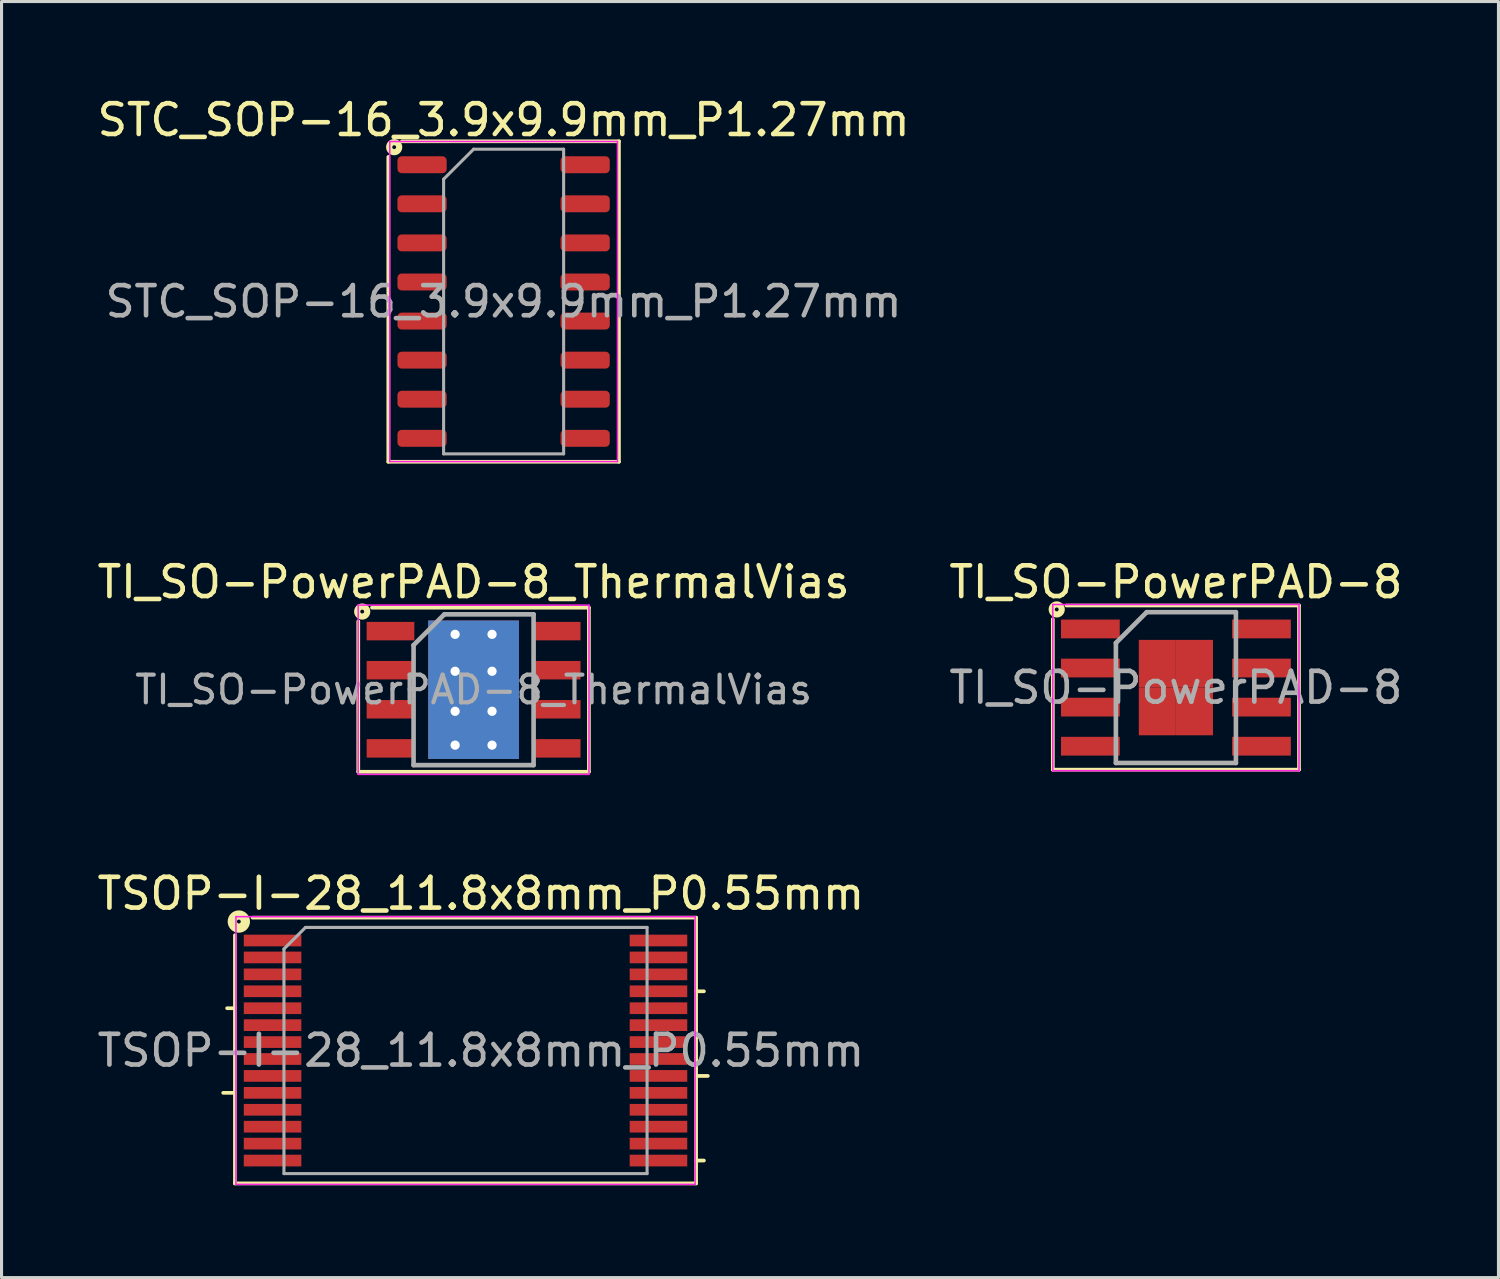
<source format=kicad_pcb>
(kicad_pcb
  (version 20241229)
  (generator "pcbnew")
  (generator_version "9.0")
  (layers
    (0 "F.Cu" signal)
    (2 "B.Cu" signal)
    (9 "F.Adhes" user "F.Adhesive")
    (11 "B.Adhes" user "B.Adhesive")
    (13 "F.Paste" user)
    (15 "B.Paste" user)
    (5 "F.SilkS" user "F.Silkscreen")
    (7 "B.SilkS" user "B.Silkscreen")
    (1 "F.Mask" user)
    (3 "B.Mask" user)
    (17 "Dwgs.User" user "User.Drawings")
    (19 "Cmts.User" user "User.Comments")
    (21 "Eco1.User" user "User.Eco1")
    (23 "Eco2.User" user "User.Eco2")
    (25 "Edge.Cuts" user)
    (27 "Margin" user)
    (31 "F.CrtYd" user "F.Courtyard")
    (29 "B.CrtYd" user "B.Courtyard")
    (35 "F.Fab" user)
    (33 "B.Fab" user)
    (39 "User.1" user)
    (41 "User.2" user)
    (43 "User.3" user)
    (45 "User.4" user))
  (footprint "STC_SOP-16_3.9x9.9mm_P1.27mm"
    (layer "F.Cu")
    (at 13.315 6.748)
    (property "Reference" "STC_SOP-16_3.9x9.9mm_P1.27mm" (at 0 -5.9 0) (layer "F.SilkS") (effects (font (size 1 1) (thickness 0.15))))
    (attr smd)
    (fp_line (start -3.747 -4.699) (end -3.747 5.207) (stroke (width 0.12) (type solid)) (layer "F.SilkS"))
    (fp_line (start -3.747 5.207) (end 3.747 5.207) (stroke (width 0.12) (type solid)) (layer "F.SilkS"))
    (fp_line (start 3.747 -5.207) (end -3.302 -5.207) (stroke (width 0.12) (type solid)) (layer "F.SilkS"))
    (fp_line (start 3.747 5.207) (end 3.747 -5.207) (stroke (width 0.12) (type solid)) (layer "F.SilkS"))
    (fp_circle (center -3.556 -5.016) (end -3.493 -5.016) (stroke (width 0.2) (type solid)) (fill no) (layer "F.SilkS"))
    (fp_line (start -3.7 -5.2) (end -3.7 5.2) (stroke (width 0.05) (type solid)) (layer "F.CrtYd"))
    (fp_line (start -3.7 5.2) (end 3.7 5.2) (stroke (width 0.05) (type solid)) (layer "F.CrtYd"))
    (fp_line (start 3.7 -5.2) (end -3.7 -5.2) (stroke (width 0.05) (type solid)) (layer "F.CrtYd"))
    (fp_line (start 3.7 5.2) (end 3.7 -5.2) (stroke (width 0.05) (type solid)) (layer "F.CrtYd"))
    (fp_line (start -1.95 -3.975) (end -0.975 -4.95) (stroke (width 0.1) (type solid)) (layer "F.Fab"))
    (fp_line (start -1.95 4.95) (end -1.95 -3.975) (stroke (width 0.1) (type solid)) (layer "F.Fab"))
    (fp_line (start -0.975 -4.95) (end 1.95 -4.95) (stroke (width 0.1) (type solid)) (layer "F.Fab"))
    (fp_line (start 1.95 -4.95) (end 1.95 4.95) (stroke (width 0.1) (type solid)) (layer "F.Fab"))
    (fp_line (start 1.95 4.95) (end -1.95 4.95) (stroke (width 0.1) (type solid)) (layer "F.Fab"))
    (fp_text user "${REFERENCE}" (at 0 0 0) (layer "F.Fab") (effects (font (size 0.98 0.98) (thickness 0.15))))
    (pad "1" smd roundrect (at -2.65 -4.445) (size 1.6 0.55) (layers "F.Cu" "F.Mask" "F.Paste") (roundrect_rratio 0.25))
    (pad "2" smd roundrect (at -2.65 -3.175) (size 1.6 0.55) (layers "F.Cu" "F.Mask" "F.Paste") (roundrect_rratio 0.25))
    (pad "3" smd roundrect (at -2.65 -1.905) (size 1.6 0.55) (layers "F.Cu" "F.Mask" "F.Paste") (roundrect_rratio 0.25))
    (pad "4" smd roundrect (at -2.65 -0.635) (size 1.6 0.55) (layers "F.Cu" "F.Mask" "F.Paste") (roundrect_rratio 0.25))
    (pad "5" smd roundrect (at -2.65 0.635) (size 1.6 0.55) (layers "F.Cu" "F.Mask" "F.Paste") (roundrect_rratio 0.25))
    (pad "6" smd roundrect (at -2.65 1.905) (size 1.6 0.55) (layers "F.Cu" "F.Mask" "F.Paste") (roundrect_rratio 0.25))
    (pad "7" smd roundrect (at -2.65 3.175) (size 1.6 0.55) (layers "F.Cu" "F.Mask" "F.Paste") (roundrect_rratio 0.25))
    (pad "8" smd roundrect (at -2.65 4.445) (size 1.6 0.55) (layers "F.Cu" "F.Mask" "F.Paste") (roundrect_rratio 0.25))
    (pad "9" smd roundrect (at 2.65 4.445) (size 1.6 0.55) (layers "F.Cu" "F.Mask" "F.Paste") (roundrect_rratio 0.25))
    (pad "10" smd roundrect (at 2.65 3.175) (size 1.6 0.55) (layers "F.Cu" "F.Mask" "F.Paste") (roundrect_rratio 0.25))
    (pad "11" smd roundrect (at 2.65 1.905) (size 1.6 0.55) (layers "F.Cu" "F.Mask" "F.Paste") (roundrect_rratio 0.25))
    (pad "12" smd roundrect (at 2.65 0.635) (size 1.6 0.55) (layers "F.Cu" "F.Mask" "F.Paste") (roundrect_rratio 0.25))
    (pad "13" smd roundrect (at 2.65 -0.635) (size 1.6 0.55) (layers "F.Cu" "F.Mask" "F.Paste") (roundrect_rratio 0.25))
    (pad "14" smd roundrect (at 2.65 -1.905) (size 1.6 0.55) (layers "F.Cu" "F.Mask" "F.Paste") (roundrect_rratio 0.25))
    (pad "15" smd roundrect (at 2.65 -3.175) (size 1.6 0.55) (layers "F.Cu" "F.Mask" "F.Paste") (roundrect_rratio 0.25))
    (pad "16" smd roundrect (at 2.65 -4.445) (size 1.6 0.55) (layers "F.Cu" "F.Mask" "F.Paste") (roundrect_rratio 0.25)))
  (footprint "TI_SO-PowerPAD-8"
    (layer "F.Cu")
    (at 35.161 19.293)
    (property "Reference" "TI_SO-PowerPAD-8" (at 0 -3.429 0) (layer "F.SilkS") (effects (font (size 1 1) (thickness 0.15))))
    (attr smd)
    (fp_line (start -4 -2.223) (end -4 2.667) (stroke (width 0.12) (type solid)) (layer "F.SilkS"))
    (fp_line (start -4 2.667) (end 4 2.667) (stroke (width 0.12) (type solid)) (layer "F.SilkS"))
    (fp_line (start 4 -2.667) (end -3.556 -2.667) (stroke (width 0.12) (type solid)) (layer "F.SilkS"))
    (fp_line (start 4 2.667) (end 4 -2.667) (stroke (width 0.12) (type solid)) (layer "F.SilkS"))
    (fp_circle (center -3.873 -2.54) (end -3.81 -2.54) (stroke (width 0.2) (type solid)) (fill no) (layer "F.SilkS"))
    (fp_line (start -4 -2.7) (end -4 2.7) (stroke (width 0.05) (type solid)) (layer "F.CrtYd"))
    (fp_line (start -4 -2.7) (end 4 -2.7) (stroke (width 0.05) (type solid)) (layer "F.CrtYd"))
    (fp_line (start -4 2.7) (end 4 2.7) (stroke (width 0.05) (type solid)) (layer "F.CrtYd"))
    (fp_line (start 4 -2.7) (end 4 2.7) (stroke (width 0.05) (type solid)) (layer "F.CrtYd"))
    (fp_line (start -1.95 -1.45) (end -0.95 -2.45) (stroke (width 0.15) (type solid)) (layer "F.Fab"))
    (fp_line (start -1.95 2.45) (end -1.95 -1.45) (stroke (width 0.15) (type solid)) (layer "F.Fab"))
    (fp_line (start -0.95 -2.45) (end 1.95 -2.45) (stroke (width 0.15) (type solid)) (layer "F.Fab"))
    (fp_line (start 1.95 -2.45) (end 1.95 2.45) (stroke (width 0.15) (type solid)) (layer "F.Fab"))
    (fp_line (start 1.95 2.45) (end -1.95 2.45) (stroke (width 0.15) (type solid)) (layer "F.Fab"))
    (fp_text user "${REFERENCE}" (at 0 0 0) (layer "F.Fab") (effects (font (size 1 1) (thickness 0.15))))
    (pad "1" smd rect (at -2.78 -1.905) (size 1.91 0.61) (layers "F.Cu" "F.Mask" "F.Paste"))
    (pad "2" smd rect (at -2.78 -0.635) (size 1.91 0.61) (layers "F.Cu" "F.Mask" "F.Paste"))
    (pad "3" smd rect (at -2.78 0.635) (size 1.91 0.61) (layers "F.Cu" "F.Mask" "F.Paste"))
    (pad "4" smd rect (at -2.78 1.905) (size 1.91 0.61) (layers "F.Cu" "F.Mask" "F.Paste"))
    (pad "5" smd rect (at 2.78 1.905) (size 1.91 0.61) (layers "F.Cu" "F.Mask" "F.Paste"))
    (pad "6" smd rect (at 2.78 0.635) (size 1.91 0.61) (layers "F.Cu" "F.Mask" "F.Paste"))
    (pad "7" smd rect (at 2.78 -0.635) (size 1.91 0.61) (layers "F.Cu" "F.Mask" "F.Paste"))
    (pad "8" smd rect (at 2.78 -1.905) (size 1.91 0.61) (layers "F.Cu" "F.Mask" "F.Paste"))
    (pad "9" smd rect (at -0.603 -0.775) (size 1.205 1.55) (layers "F.Cu" "F.Mask" "F.Paste"))
    (pad "9" smd rect (at -0.603 0.775) (size 1.205 1.55) (layers "F.Cu" "F.Mask" "F.Paste"))
    (pad "9" smd rect (at 0.603 -0.775) (size 1.205 1.55) (layers "F.Cu" "F.Mask" "F.Paste"))
    (pad "9" smd rect (at 0.603 0.775) (size 1.205 1.55) (layers "F.Cu" "F.Mask" "F.Paste")))
  (footprint "TSOP-I-28_11.8x8mm_P0.55mm"
    (layer "F.Cu")
    (at 12.077 31.087)
    (property "Reference" "TSOP-I-28_11.8x8mm_P0.55mm" (at 0.5 -5.1 0) (layer "F.SilkS") (effects (font (size 1 1) (thickness 0.15))))
    (attr smd)
    (fp_line (start -7.493 -3.747) (end -7.493 4.318) (stroke (width 0.12) (type solid)) (layer "F.SilkS"))
    (fp_line (start -7.493 -1.375) (end -7.747 -1.375) (stroke (width 0.12) (type solid)) (layer "F.SilkS"))
    (fp_line (start -7.493 1.375) (end -7.874 1.375) (stroke (width 0.12) (type solid)) (layer "F.SilkS"))
    (fp_line (start -7.493 4.318) (end 7.493 4.318) (stroke (width 0.12) (type solid)) (layer "F.SilkS"))
    (fp_line (start 7.493 -4.318) (end -6.921 -4.318) (stroke (width 0.12) (type solid)) (layer "F.SilkS"))
    (fp_line (start 7.493 -1.925) (end 7.747 -1.925) (stroke (width 0.12) (type solid)) (layer "F.SilkS"))
    (fp_line (start 7.493 0.826) (end 7.874 0.825) (stroke (width 0.12) (type solid)) (layer "F.SilkS"))
    (fp_line (start 7.493 3.575) (end 7.747 3.575) (stroke (width 0.12) (type solid)) (layer "F.SilkS"))
    (fp_line (start 7.493 4.318) (end 7.493 -4.318) (stroke (width 0.12) (type solid)) (layer "F.SilkS"))
    (fp_circle (center -7.366 -4.191) (end -7.303 -4.191) (stroke (width 0.3) (type solid)) (fill no) (layer "F.SilkS"))
    (fp_line (start -7.46 -4.35) (end -7.46 4.35) (stroke (width 0.05) (type solid)) (layer "F.CrtYd"))
    (fp_line (start -7.46 -4.35) (end 7.46 -4.35) (stroke (width 0.05) (type solid)) (layer "F.CrtYd"))
    (fp_line (start 7.46 4.35) (end -7.46 4.35) (stroke (width 0.05) (type solid)) (layer "F.CrtYd"))
    (fp_line (start 7.46 4.35) (end 7.46 -4.35) (stroke (width 0.05) (type solid)) (layer "F.CrtYd"))
    (fp_line (start -5.9 -3.3) (end -5.9 4) (stroke (width 0.1) (type solid)) (layer "F.Fab"))
    (fp_line (start -5.9 -3.3) (end -5.2 -4) (stroke (width 0.1) (type solid)) (layer "F.Fab"))
    (fp_line (start 5.9 -4) (end -5.2 -4) (stroke (width 0.1) (type solid)) (layer "F.Fab"))
    (fp_line (start 5.9 -4) (end 5.9 4) (stroke (width 0.1) (type solid)) (layer "F.Fab"))
    (fp_line (start 5.9 4) (end -5.9 4) (stroke (width 0.1) (type solid)) (layer "F.Fab"))
    (fp_text user "${REFERENCE}" (at 0.5 0 0) (layer "F.Fab") (effects (font (size 1 1) (thickness 0.15))))
    (pad "1" smd rect (at -6.27 -3.575) (size 1.87 0.38) (layers "F.Cu" "F.Mask" "F.Paste"))
    (pad "2" smd rect (at -6.27 -3.025) (size 1.87 0.38) (layers "F.Cu" "F.Mask" "F.Paste"))
    (pad "3" smd rect (at -6.27 -2.475) (size 1.87 0.38) (layers "F.Cu" "F.Mask" "F.Paste"))
    (pad "4" smd rect (at -6.27 -1.925) (size 1.87 0.38) (layers "F.Cu" "F.Mask" "F.Paste"))
    (pad "5" smd rect (at -6.27 -1.375) (size 1.87 0.38) (layers "F.Cu" "F.Mask" "F.Paste"))
    (pad "6" smd rect (at -6.27 -0.825) (size 1.87 0.38) (layers "F.Cu" "F.Mask" "F.Paste"))
    (pad "7" smd rect (at -6.27 -0.275) (size 1.87 0.38) (layers "F.Cu" "F.Mask" "F.Paste"))
    (pad "8" smd rect (at -6.27 0.275) (size 1.87 0.38) (layers "F.Cu" "F.Mask" "F.Paste"))
    (pad "9" smd rect (at -6.27 0.825) (size 1.87 0.38) (layers "F.Cu" "F.Mask" "F.Paste"))
    (pad "10" smd rect (at -6.27 1.375) (size 1.87 0.38) (layers "F.Cu" "F.Mask" "F.Paste"))
    (pad "11" smd rect (at -6.27 1.925) (size 1.87 0.38) (layers "F.Cu" "F.Mask" "F.Paste"))
    (pad "12" smd rect (at -6.27 2.475) (size 1.87 0.38) (layers "F.Cu" "F.Mask" "F.Paste"))
    (pad "13" smd rect (at -6.27 3.025) (size 1.87 0.38) (layers "F.Cu" "F.Mask" "F.Paste"))
    (pad "14" smd rect (at -6.27 3.575) (size 1.87 0.38) (layers "F.Cu" "F.Mask" "F.Paste"))
    (pad "15" smd rect (at 6.27 3.575) (size 1.87 0.38) (layers "F.Cu" "F.Mask" "F.Paste"))
    (pad "16" smd rect (at 6.27 3.025) (size 1.87 0.38) (layers "F.Cu" "F.Mask" "F.Paste"))
    (pad "17" smd rect (at 6.27 2.475) (size 1.87 0.38) (layers "F.Cu" "F.Mask" "F.Paste"))
    (pad "18" smd rect (at 6.27 1.925) (size 1.87 0.38) (layers "F.Cu" "F.Mask" "F.Paste"))
    (pad "19" smd rect (at 6.27 1.375) (size 1.87 0.38) (layers "F.Cu" "F.Mask" "F.Paste"))
    (pad "20" smd rect (at 6.27 0.825) (size 1.87 0.38) (layers "F.Cu" "F.Mask" "F.Paste"))
    (pad "21" smd rect (at 6.27 0.275) (size 1.87 0.38) (layers "F.Cu" "F.Mask" "F.Paste"))
    (pad "22" smd rect (at 6.27 -0.275) (size 1.87 0.38) (layers "F.Cu" "F.Mask" "F.Paste"))
    (pad "23" smd rect (at 6.27 -0.825) (size 1.87 0.38) (layers "F.Cu" "F.Mask" "F.Paste"))
    (pad "24" smd rect (at 6.27 -1.375) (size 1.87 0.38) (layers "F.Cu" "F.Mask" "F.Paste"))
    (pad "25" smd rect (at 6.27 -1.925) (size 1.87 0.38) (layers "F.Cu" "F.Mask" "F.Paste"))
    (pad "26" smd rect (at 6.27 -2.475) (size 1.87 0.38) (layers "F.Cu" "F.Mask" "F.Paste"))
    (pad "27" smd rect (at 6.27 -3.025) (size 1.87 0.38) (layers "F.Cu" "F.Mask" "F.Paste"))
    (pad "28" smd rect (at 6.27 -3.575) (size 1.87 0.38) (layers "F.Cu" "F.Mask" "F.Paste")))
  (footprint "TI_SO-PowerPAD-8_ThermalVias"
    (layer "F.Cu")
    (at 12.339 19.363)
    (property "Reference" "TI_SO-PowerPAD-8_ThermalVias" (at 0 -3.5 0) (layer "F.SilkS") (effects (font (size 1 1) (thickness 0.15))))
    (attr smd)
    (fp_line (start -3.747 -2.223) (end -3.747 2.667) (stroke (width 0.12) (type solid)) (layer "F.SilkS"))
    (fp_line (start -3.747 2.667) (end 3.747 2.667) (stroke (width 0.12) (type solid)) (layer "F.SilkS"))
    (fp_line (start 3.747 -2.667) (end -3.302 -2.667) (stroke (width 0.12) (type solid)) (layer "F.SilkS"))
    (fp_line (start 3.747 2.667) (end 3.747 -2.667) (stroke (width 0.12) (type solid)) (layer "F.SilkS"))
    (fp_circle (center -3.619 -2.54) (end -3.556 -2.54) (stroke (width 0.2) (type solid)) (fill no) (layer "F.SilkS"))
    (fp_line (start -3.75 -2.75) (end -3.75 2.75) (stroke (width 0.05) (type solid)) (layer "F.CrtYd"))
    (fp_line (start -3.75 -2.75) (end 3.75 -2.75) (stroke (width 0.05) (type solid)) (layer "F.CrtYd"))
    (fp_line (start -3.75 2.75) (end 3.75 2.75) (stroke (width 0.05) (type solid)) (layer "F.CrtYd"))
    (fp_line (start 3.75 -2.75) (end 3.75 2.75) (stroke (width 0.05) (type solid)) (layer "F.CrtYd"))
    (fp_line (start -1.95 -1.45) (end -0.95 -2.45) (stroke (width 0.15) (type solid)) (layer "F.Fab"))
    (fp_line (start -1.95 2.45) (end -1.95 -1.45) (stroke (width 0.15) (type solid)) (layer "F.Fab"))
    (fp_line (start -0.95 -2.45) (end 1.95 -2.45) (stroke (width 0.15) (type solid)) (layer "F.Fab"))
    (fp_line (start 1.95 -2.45) (end 1.95 2.45) (stroke (width 0.15) (type solid)) (layer "F.Fab"))
    (fp_line (start 1.95 2.45) (end -1.95 2.45) (stroke (width 0.15) (type solid)) (layer "F.Fab"))
    (fp_text user "${REFERENCE}" (at 0 0 0) (layer "F.Fab") (effects (font (size 0.9 0.9) (thickness 0.135))))
    (pad "1" smd rect (at -2.7 -1.905) (size 1.55 0.6) (layers "F.Cu" "F.Mask" "F.Paste"))
    (pad "2" smd rect (at -2.7 -0.635) (size 1.55 0.6) (layers "F.Cu" "F.Mask" "F.Paste"))
    (pad "3" smd rect (at -2.7 0.635) (size 1.55 0.6) (layers "F.Cu" "F.Mask" "F.Paste"))
    (pad "4" smd rect (at -2.7 1.905) (size 1.55 0.6) (layers "F.Cu" "F.Mask" "F.Paste"))
    (pad "5" smd rect (at 2.7 1.905) (size 1.55 0.6) (layers "F.Cu" "F.Mask" "F.Paste"))
    (pad "6" smd rect (at 2.7 0.635) (size 1.55 0.6) (layers "F.Cu" "F.Mask" "F.Paste"))
    (pad "7" smd rect (at 2.7 -0.635) (size 1.55 0.6) (layers "F.Cu" "F.Mask" "F.Paste"))
    (pad "8" smd rect (at 2.7 -1.905) (size 1.55 0.6) (layers "F.Cu" "F.Mask" "F.Paste"))
    (pad "9" thru_hole circle (at -0.6 -1.8) (size 0.6 0.6) (drill 0.3) (layers "*.Cu"))
    (pad "9" thru_hole circle (at -0.6 -0.6) (size 0.6 0.6) (drill 0.3) (layers "*.Cu"))
    (pad "9" thru_hole circle (at -0.6 0.7) (size 0.6 0.6) (drill 0.3) (layers "*.Cu"))
    (pad "9" thru_hole circle (at -0.6 1.8) (size 0.6 0.6) (drill 0.3) (layers "*.Cu"))
    (pad "9" smd rect (at 0 0) (size 2.6 3.1) (layers "F.Cu" "F.Mask" "F.Paste"))
    (pad "9" smd rect (at 0 0) (size 2.95 4.5) (layers "F.Cu"))
    (pad "9" smd rect (at 0 0) (size 2.95 4.5) (layers "B.Cu" "B.Mask"))
    (pad "9" thru_hole circle (at 0.6 -1.8) (size 0.6 0.6) (drill 0.3) (layers "*.Cu"))
    (pad "9" thru_hole circle (at 0.6 -0.6) (size 0.6 0.6) (drill 0.3) (layers "*.Cu"))
    (pad "9" thru_hole circle (at 0.6 0.7) (size 0.6 0.6) (drill 0.3) (layers "*.Cu"))
    (pad "9" thru_hole circle (at 0.6 1.8) (size 0.6 0.6) (drill 0.3) (layers "*.Cu")))
  (gr_rect
    (start -3 -3)
    (end 45.643 38.465)
    (stroke (width 0.1) (type default))
    (fill no)
    (layer "Edge.Cuts")))
</source>
